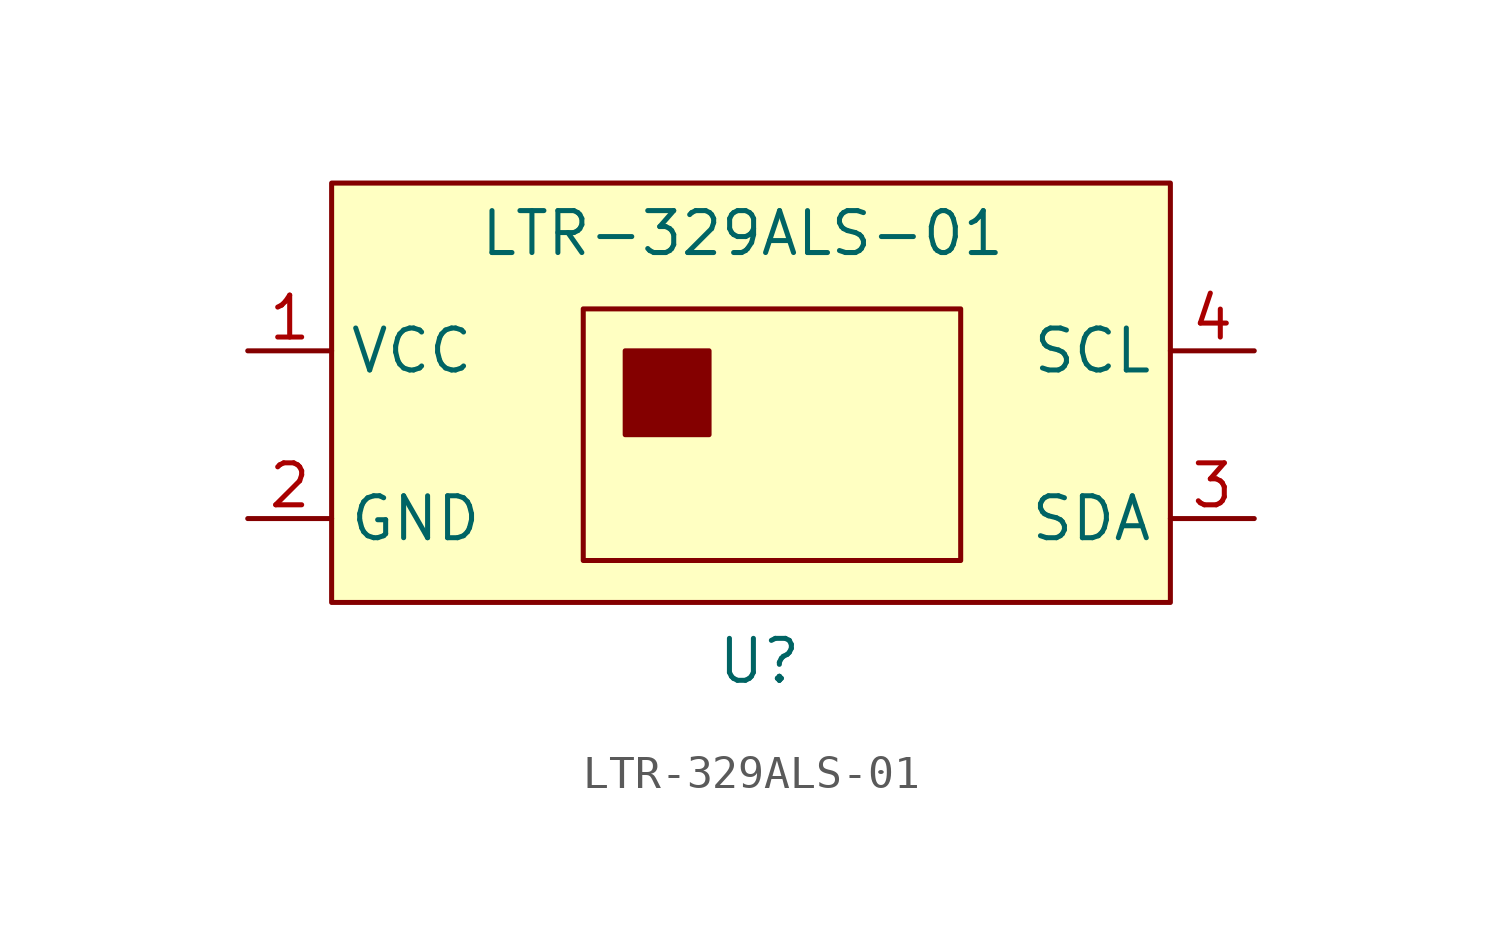
<source format=kicad_sym>
(kicad_symbol_lib
  (version 20241209)
  (generator "kicad_symbol_editor")
  (generator_version "9.0")
  (symbol "LTR-329ALS-01"
    (property "Reference" "U"
      (at 0.254 -6.858 0)
      (effects (font (size 1.27 1.27))))
    (property "Value" "LTR-329ALS-01"
      (at -0.254 6.096 0)
      (effects (font (size 1.27 1.27))))
    (symbol "LTR-329ALS-01_1_1"
      (rectangle (start -12.7 7.62) (end 12.7 -5.08) (stroke (width 0) (type solid)) (fill (type color) (color 255 255 194 1)))
      (rectangle (start -5.08 3.81) (end 6.35 -3.81) (stroke (width 0) (type default)) (fill (type none)))
      (rectangle (start -3.81 2.54) (end -1.27 0) (stroke (width 0) (type solid) (color 132 0 0 1)) (fill (type color) (color 132 0 0 1)))
      (pin power_in line (at -15.24 2.54 0) (length 2.54) (name "VCC" (effects (font (size 1.27 1.27)))) (number "1" (effects (font (size 1.27 1.27)))))
      (pin power_in line (at -15.24 -2.54 0) (length 2.54) (name "GND" (effects (font (size 1.27 1.27)))) (number "2" (effects (font (size 1.27 1.27)))))
      (pin input line (at 15.24 2.54 180) (length 2.54) (name "SCL" (effects (font (size 1.27 1.27)))) (number "4" (effects (font (size 1.27 1.27)))))
      (pin bidirectional line (at 15.24 -2.54 180) (length 2.54) (name "SDA" (effects (font (size 1.27 1.27)))) (number "3" (effects (font (size 1.27 1.27))))))))
</source>
